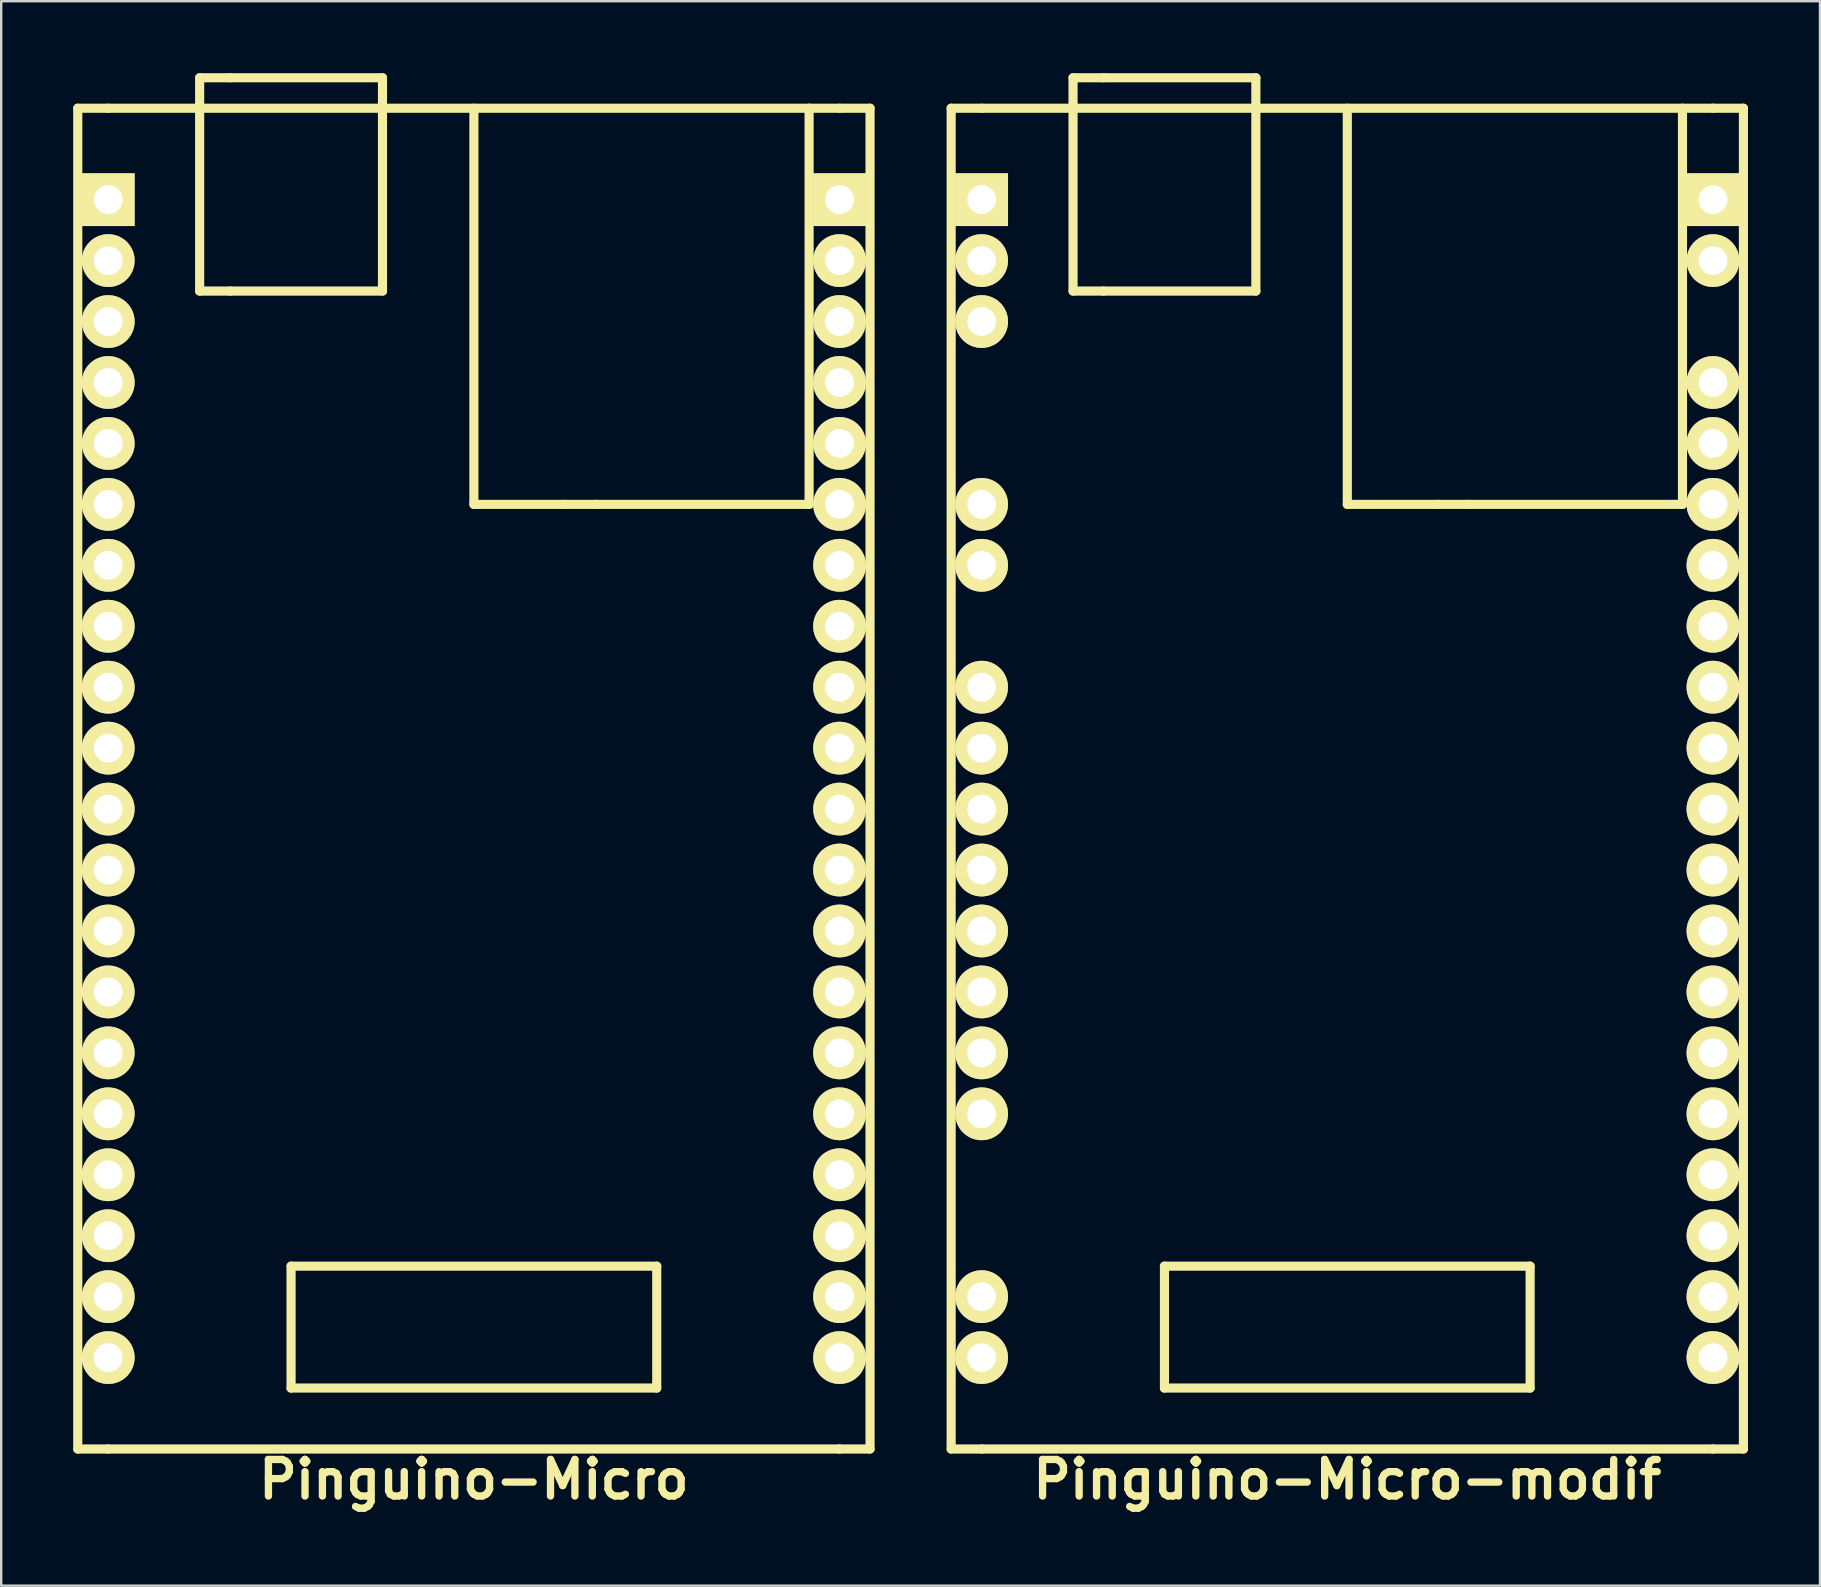
<source format=kicad_pcb>
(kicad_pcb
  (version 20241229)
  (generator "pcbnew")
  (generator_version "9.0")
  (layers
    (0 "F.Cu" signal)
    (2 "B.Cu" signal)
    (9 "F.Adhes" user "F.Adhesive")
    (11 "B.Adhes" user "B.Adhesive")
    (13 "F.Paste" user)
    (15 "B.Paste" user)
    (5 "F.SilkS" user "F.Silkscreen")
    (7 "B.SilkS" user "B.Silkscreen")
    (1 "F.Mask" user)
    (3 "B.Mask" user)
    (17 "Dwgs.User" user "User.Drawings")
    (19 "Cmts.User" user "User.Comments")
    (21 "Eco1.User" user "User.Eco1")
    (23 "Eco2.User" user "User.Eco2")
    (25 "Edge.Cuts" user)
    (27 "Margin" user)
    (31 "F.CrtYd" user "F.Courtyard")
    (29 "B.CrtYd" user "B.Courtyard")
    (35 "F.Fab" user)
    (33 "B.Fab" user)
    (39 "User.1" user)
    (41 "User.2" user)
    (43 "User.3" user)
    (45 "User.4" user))
  (footprint "Pinguino-Micro-modif"
    (layer "F.Cu")
    (at 53.102 29.401)
    (property "Reference" "Pinguino-Micro-modif" (at 0 29.21 0) (layer "F.SilkS") (effects (font (size 1.524 1.524) (thickness 0.305))))
    (attr through_hole)
    (fp_line (start -16.51 -27.94) (end -15.24 -27.94) (stroke (width 0.381) (type solid)) (layer "F.SilkS"))
    (fp_line (start -16.51 27.94) (end -16.51 -27.94) (stroke (width 0.381) (type solid)) (layer "F.SilkS"))
    (fp_line (start -15.24 -27.94) (end 15.24 -27.94) (stroke (width 0.381) (type solid)) (layer "F.SilkS"))
    (fp_line (start -15.24 27.94) (end -16.51 27.94) (stroke (width 0.381) (type solid)) (layer "F.SilkS"))
    (fp_line (start -11.43 -29.21) (end -11.43 -20.32) (stroke (width 0.381) (type solid)) (layer "F.SilkS"))
    (fp_line (start -11.43 -20.32) (end -10.16 -20.32) (stroke (width 0.381) (type solid)) (layer "F.SilkS"))
    (fp_line (start -10.16 -29.21) (end -11.43 -29.21) (stroke (width 0.381) (type solid)) (layer "F.SilkS"))
    (fp_line (start -10.16 -20.32) (end -3.81 -20.32) (stroke (width 0.381) (type solid)) (layer "F.SilkS"))
    (fp_line (start -7.62 20.32) (end -7.62 25.4) (stroke (width 0.381) (type solid)) (layer "F.SilkS"))
    (fp_line (start -7.62 25.4) (end 7.62 25.4) (stroke (width 0.381) (type solid)) (layer "F.SilkS"))
    (fp_line (start -3.81 -29.21) (end -10.16 -29.21) (stroke (width 0.381) (type solid)) (layer "F.SilkS"))
    (fp_line (start -3.81 -20.32) (end -3.81 -29.21) (stroke (width 0.381) (type solid)) (layer "F.SilkS"))
    (fp_line (start 0 -27.94) (end 0 -11.43) (stroke (width 0.381) (type solid)) (layer "F.SilkS"))
    (fp_line (start 0 -11.43) (end 3.81 -11.43) (stroke (width 0.381) (type solid)) (layer "F.SilkS"))
    (fp_line (start 5.08 -11.43) (end 3.81 -11.43) (stroke (width 0.381) (type solid)) (layer "F.SilkS"))
    (fp_line (start 5.08 -11.43) (end 13.97 -11.43) (stroke (width 0.381) (type solid)) (layer "F.SilkS"))
    (fp_line (start 7.62 20.32) (end -7.62 20.32) (stroke (width 0.381) (type solid)) (layer "F.SilkS"))
    (fp_line (start 7.62 25.4) (end 7.62 20.32) (stroke (width 0.381) (type solid)) (layer "F.SilkS"))
    (fp_line (start 13.97 -11.43) (end 13.97 -27.94) (stroke (width 0.381) (type solid)) (layer "F.SilkS"))
    (fp_line (start 15.24 -27.94) (end 16.51 -27.94) (stroke (width 0.381) (type solid)) (layer "F.SilkS"))
    (fp_line (start 15.24 27.94) (end -15.24 27.94) (stroke (width 0.381) (type solid)) (layer "F.SilkS"))
    (fp_line (start 16.51 -27.94) (end 16.51 27.94) (stroke (width 0.381) (type solid)) (layer "F.SilkS"))
    (fp_line (start 16.51 27.94) (end 15.24 27.94) (stroke (width 0.381) (type solid)) (layer "F.SilkS"))
    (pad "1" thru_hole rect (at -15.24 -24.13) (size 2.2 2.2) (drill 1.199) (layers "*.Cu" "*.Mask" "F.SilkS"))
    (pad "2" thru_hole circle (at -15.24 -21.59) (size 2.2 2.2) (drill 1.199) (layers "*.Cu" "*.Mask" "F.SilkS"))
    (pad "3" thru_hole circle (at -15.24 -19.05) (size 2.2 2.2) (drill 1.199) (layers "*.Cu" "*.Mask" "F.SilkS"))
    (pad "6" thru_hole circle (at -15.24 -11.43) (size 2.2 2.2) (drill 1.199) (layers "*.Cu" "*.Mask" "F.SilkS"))
    (pad "7" thru_hole circle (at -15.24 -8.89) (size 2.2 2.2) (drill 1.199) (layers "*.Cu" "*.Mask" "F.SilkS"))
    (pad "9" thru_hole circle (at -15.24 -3.81) (size 2.2 2.2) (drill 1.199) (layers "*.Cu" "*.Mask" "F.SilkS"))
    (pad "10" thru_hole circle (at -15.24 -1.27) (size 2.2 2.2) (drill 1.199) (layers "*.Cu" "*.Mask" "F.SilkS"))
    (pad "11" thru_hole circle (at -15.24 1.27) (size 2.2 2.2) (drill 1.199) (layers "*.Cu" "*.Mask" "F.SilkS"))
    (pad "12" thru_hole circle (at -15.24 3.81) (size 2.2 2.2) (drill 1.199) (layers "*.Cu" "*.Mask" "F.SilkS"))
    (pad "13" thru_hole circle (at -15.24 6.35) (size 2.2 2.2) (drill 1.199) (layers "*.Cu" "*.Mask" "F.SilkS"))
    (pad "14" thru_hole circle (at -15.24 8.89) (size 2.2 2.2) (drill 1.199) (layers "*.Cu" "*.Mask" "F.SilkS"))
    (pad "15" thru_hole circle (at -15.24 11.43) (size 2.2 2.2) (drill 1.199) (layers "*.Cu" "*.Mask" "F.SilkS"))
    (pad "16" thru_hole circle (at -15.24 13.97) (size 2.2 2.2) (drill 1.199) (layers "*.Cu" "*.Mask" "F.SilkS"))
    (pad "19" thru_hole circle (at -15.24 21.59) (size 2.2 2.2) (drill 1.199) (layers "*.Cu" "*.Mask" "F.SilkS"))
    (pad "20" thru_hole circle (at -15.24 24.13) (size 2.2 2.2) (drill 1.199) (layers "*.Cu" "*.Mask" "F.SilkS"))
    (pad "20" thru_hole circle (at 15.24 24.13) (size 2.2 2.2) (drill 1.199) (layers "*.Cu" "*.Mask" "F.SilkS"))
    (pad "21" thru_hole rect (at 15.24 -24.13) (size 2.2 2.2) (drill 1.199) (layers "*.Cu" "*.Mask" "F.SilkS"))
    (pad "22" thru_hole circle (at 15.24 -21.59) (size 2.2 2.2) (drill 1.199) (layers "*.Cu" "*.Mask" "F.SilkS"))
    (pad "24" thru_hole circle (at 15.24 -16.51) (size 2.2 2.2) (drill 1.199) (layers "*.Cu" "*.Mask" "F.SilkS"))
    (pad "25" thru_hole circle (at 15.24 -13.97) (size 2.2 2.2) (drill 1.199) (layers "*.Cu" "*.Mask" "F.SilkS"))
    (pad "26" thru_hole circle (at 15.24 -11.43) (size 2.2 2.2) (drill 1.199) (layers "*.Cu" "*.Mask" "F.SilkS"))
    (pad "27" thru_hole circle (at 15.24 -8.89) (size 2.2 2.2) (drill 1.199) (layers "*.Cu" "*.Mask" "F.SilkS"))
    (pad "28" thru_hole circle (at 15.24 -6.35) (size 2.2 2.2) (drill 1.199) (layers "*.Cu" "*.Mask" "F.SilkS"))
    (pad "29" thru_hole circle (at 15.24 -3.81) (size 2.2 2.2) (drill 1.199) (layers "*.Cu" "*.Mask" "F.SilkS"))
    (pad "30" thru_hole circle (at 15.24 -1.27) (size 2.2 2.2) (drill 1.199) (layers "*.Cu" "*.Mask" "F.SilkS"))
    (pad "31" thru_hole circle (at 15.24 1.27) (size 2.2 2.2) (drill 1.199) (layers "*.Cu" "*.Mask" "F.SilkS"))
    (pad "32" thru_hole circle (at 15.24 3.81) (size 2.2 2.2) (drill 1.199) (layers "*.Cu" "*.Mask" "F.SilkS"))
    (pad "33" thru_hole circle (at 15.24 6.35) (size 2.2 2.2) (drill 1.199) (layers "*.Cu" "*.Mask" "F.SilkS"))
    (pad "34" thru_hole circle (at 15.24 8.89) (size 2.2 2.2) (drill 1.199) (layers "*.Cu" "*.Mask" "F.SilkS"))
    (pad "35" thru_hole circle (at 15.24 11.43) (size 2.2 2.2) (drill 1.199) (layers "*.Cu" "*.Mask" "F.SilkS"))
    (pad "36" thru_hole circle (at 15.24 13.97) (size 2.2 2.2) (drill 1.199) (layers "*.Cu" "*.Mask" "F.SilkS"))
    (pad "37" thru_hole circle (at 15.24 16.51) (size 2.2 2.2) (drill 1.199) (layers "*.Cu" "*.Mask" "F.SilkS"))
    (pad "38" thru_hole circle (at 15.24 19.05) (size 2.2 2.2) (drill 1.199) (layers "*.Cu" "*.Mask" "F.SilkS"))
    (pad "39" thru_hole circle (at 15.24 21.59) (size 2.2 2.2) (drill 1.199) (layers "*.Cu" "*.Mask" "F.SilkS")))
  (footprint "Pinguino-Micro"
    (layer "F.Cu")
    (at 16.701 29.401)
    (property "Reference" "Pinguino-Micro" (at 0 29.21 0) (layer "F.SilkS") (effects (font (size 1.524 1.524) (thickness 0.305))))
    (attr through_hole)
    (fp_line (start -16.51 -27.94) (end -15.24 -27.94) (stroke (width 0.381) (type solid)) (layer "F.SilkS"))
    (fp_line (start -16.51 27.94) (end -16.51 -27.94) (stroke (width 0.381) (type solid)) (layer "F.SilkS"))
    (fp_line (start -15.24 -27.94) (end 15.24 -27.94) (stroke (width 0.381) (type solid)) (layer "F.SilkS"))
    (fp_line (start -15.24 27.94) (end -16.51 27.94) (stroke (width 0.381) (type solid)) (layer "F.SilkS"))
    (fp_line (start -11.43 -29.21) (end -11.43 -20.32) (stroke (width 0.381) (type solid)) (layer "F.SilkS"))
    (fp_line (start -11.43 -20.32) (end -10.16 -20.32) (stroke (width 0.381) (type solid)) (layer "F.SilkS"))
    (fp_line (start -10.16 -29.21) (end -11.43 -29.21) (stroke (width 0.381) (type solid)) (layer "F.SilkS"))
    (fp_line (start -10.16 -20.32) (end -3.81 -20.32) (stroke (width 0.381) (type solid)) (layer "F.SilkS"))
    (fp_line (start -7.62 20.32) (end -7.62 25.4) (stroke (width 0.381) (type solid)) (layer "F.SilkS"))
    (fp_line (start -7.62 25.4) (end 7.62 25.4) (stroke (width 0.381) (type solid)) (layer "F.SilkS"))
    (fp_line (start -3.81 -29.21) (end -10.16 -29.21) (stroke (width 0.381) (type solid)) (layer "F.SilkS"))
    (fp_line (start -3.81 -20.32) (end -3.81 -29.21) (stroke (width 0.381) (type solid)) (layer "F.SilkS"))
    (fp_line (start 0 -27.94) (end 0 -11.43) (stroke (width 0.381) (type solid)) (layer "F.SilkS"))
    (fp_line (start 0 -11.43) (end 3.81 -11.43) (stroke (width 0.381) (type solid)) (layer "F.SilkS"))
    (fp_line (start 5.08 -11.43) (end 3.81 -11.43) (stroke (width 0.381) (type solid)) (layer "F.SilkS"))
    (fp_line (start 5.08 -11.43) (end 13.97 -11.43) (stroke (width 0.381) (type solid)) (layer "F.SilkS"))
    (fp_line (start 7.62 20.32) (end -7.62 20.32) (stroke (width 0.381) (type solid)) (layer "F.SilkS"))
    (fp_line (start 7.62 25.4) (end 7.62 20.32) (stroke (width 0.381) (type solid)) (layer "F.SilkS"))
    (fp_line (start 13.97 -11.43) (end 13.97 -27.94) (stroke (width 0.381) (type solid)) (layer "F.SilkS"))
    (fp_line (start 15.24 -27.94) (end 16.51 -27.94) (stroke (width 0.381) (type solid)) (layer "F.SilkS"))
    (fp_line (start 15.24 27.94) (end -15.24 27.94) (stroke (width 0.381) (type solid)) (layer "F.SilkS"))
    (fp_line (start 16.51 -27.94) (end 16.51 27.94) (stroke (width 0.381) (type solid)) (layer "F.SilkS"))
    (fp_line (start 16.51 27.94) (end 15.24 27.94) (stroke (width 0.381) (type solid)) (layer "F.SilkS"))
    (pad "1" thru_hole rect (at -15.24 -24.13) (size 2.2 2.2) (drill 1.199) (layers "*.Cu" "*.Mask" "F.SilkS"))
    (pad "2" thru_hole circle (at -15.24 -21.59) (size 2.2 2.2) (drill 1.199) (layers "*.Cu" "*.Mask" "F.SilkS"))
    (pad "3" thru_hole circle (at -15.24 -19.05) (size 2.2 2.2) (drill 1.199) (layers "*.Cu" "*.Mask" "F.SilkS"))
    (pad "4" thru_hole circle (at -15.24 -16.51) (size 2.2 2.2) (drill 1.199) (layers "*.Cu" "*.Mask" "F.SilkS"))
    (pad "5" thru_hole circle (at -15.24 -13.97) (size 2.2 2.2) (drill 1.199) (layers "*.Cu" "*.Mask" "F.SilkS"))
    (pad "6" thru_hole circle (at -15.24 -11.43) (size 2.2 2.2) (drill 1.199) (layers "*.Cu" "*.Mask" "F.SilkS"))
    (pad "7" thru_hole circle (at -15.24 -8.89) (size 2.2 2.2) (drill 1.199) (layers "*.Cu" "*.Mask" "F.SilkS"))
    (pad "8" thru_hole circle (at -15.24 -6.35) (size 2.2 2.2) (drill 1.199) (layers "*.Cu" "*.Mask" "F.SilkS"))
    (pad "9" thru_hole circle (at -15.24 -3.81) (size 2.2 2.2) (drill 1.199) (layers "*.Cu" "*.Mask" "F.SilkS"))
    (pad "10" thru_hole circle (at -15.24 -1.27) (size 2.2 2.2) (drill 1.199) (layers "*.Cu" "*.Mask" "F.SilkS"))
    (pad "11" thru_hole circle (at -15.24 1.27) (size 2.2 2.2) (drill 1.199) (layers "*.Cu" "*.Mask" "F.SilkS"))
    (pad "12" thru_hole circle (at -15.24 3.81) (size 2.2 2.2) (drill 1.199) (layers "*.Cu" "*.Mask" "F.SilkS"))
    (pad "13" thru_hole circle (at -15.24 6.35) (size 2.2 2.2) (drill 1.199) (layers "*.Cu" "*.Mask" "F.SilkS"))
    (pad "14" thru_hole circle (at -15.24 8.89) (size 2.2 2.2) (drill 1.199) (layers "*.Cu" "*.Mask" "F.SilkS"))
    (pad "15" thru_hole circle (at -15.24 11.43) (size 2.2 2.2) (drill 1.199) (layers "*.Cu" "*.Mask" "F.SilkS"))
    (pad "16" thru_hole circle (at -15.24 13.97) (size 2.2 2.2) (drill 1.199) (layers "*.Cu" "*.Mask" "F.SilkS"))
    (pad "17" thru_hole circle (at -15.24 16.51) (size 2.2 2.2) (drill 1.199) (layers "*.Cu" "*.Mask" "F.SilkS"))
    (pad "18" thru_hole circle (at -15.24 19.05) (size 2.2 2.2) (drill 1.199) (layers "*.Cu" "*.Mask" "F.SilkS"))
    (pad "19" thru_hole circle (at -15.24 21.59) (size 2.2 2.2) (drill 1.199) (layers "*.Cu" "*.Mask" "F.SilkS"))
    (pad "20" thru_hole circle (at -15.24 24.13) (size 2.2 2.2) (drill 1.199) (layers "*.Cu" "*.Mask" "F.SilkS"))
    (pad "20" thru_hole circle (at 15.24 24.13) (size 2.2 2.2) (drill 1.199) (layers "*.Cu" "*.Mask" "F.SilkS"))
    (pad "21" thru_hole rect (at 15.24 -24.13) (size 2.2 2.2) (drill 1.199) (layers "*.Cu" "*.Mask" "F.SilkS"))
    (pad "22" thru_hole circle (at 15.24 -21.59) (size 2.2 2.2) (drill 1.199) (layers "*.Cu" "*.Mask" "F.SilkS"))
    (pad "23" thru_hole circle (at 15.24 -19.05) (size 2.2 2.2) (drill 1.199) (layers "*.Cu" "*.Mask" "F.SilkS"))
    (pad "24" thru_hole circle (at 15.24 -16.51) (size 2.2 2.2) (drill 1.199) (layers "*.Cu" "*.Mask" "F.SilkS"))
    (pad "25" thru_hole circle (at 15.24 -13.97) (size 2.2 2.2) (drill 1.199) (layers "*.Cu" "*.Mask" "F.SilkS"))
    (pad "26" thru_hole circle (at 15.24 -11.43) (size 2.2 2.2) (drill 1.199) (layers "*.Cu" "*.Mask" "F.SilkS"))
    (pad "27" thru_hole circle (at 15.24 -8.89) (size 2.2 2.2) (drill 1.199) (layers "*.Cu" "*.Mask" "F.SilkS"))
    (pad "28" thru_hole circle (at 15.24 -6.35) (size 2.2 2.2) (drill 1.199) (layers "*.Cu" "*.Mask" "F.SilkS"))
    (pad "29" thru_hole circle (at 15.24 -3.81) (size 2.2 2.2) (drill 1.199) (layers "*.Cu" "*.Mask" "F.SilkS"))
    (pad "30" thru_hole circle (at 15.24 -1.27) (size 2.2 2.2) (drill 1.199) (layers "*.Cu" "*.Mask" "F.SilkS"))
    (pad "31" thru_hole circle (at 15.24 1.27) (size 2.2 2.2) (drill 1.199) (layers "*.Cu" "*.Mask" "F.SilkS"))
    (pad "32" thru_hole circle (at 15.24 3.81) (size 2.2 2.2) (drill 1.199) (layers "*.Cu" "*.Mask" "F.SilkS"))
    (pad "33" thru_hole circle (at 15.24 6.35) (size 2.2 2.2) (drill 1.199) (layers "*.Cu" "*.Mask" "F.SilkS"))
    (pad "34" thru_hole circle (at 15.24 8.89) (size 2.2 2.2) (drill 1.199) (layers "*.Cu" "*.Mask" "F.SilkS"))
    (pad "35" thru_hole circle (at 15.24 11.43) (size 2.2 2.2) (drill 1.199) (layers "*.Cu" "*.Mask" "F.SilkS"))
    (pad "36" thru_hole circle (at 15.24 13.97) (size 2.2 2.2) (drill 1.199) (layers "*.Cu" "*.Mask" "F.SilkS"))
    (pad "37" thru_hole circle (at 15.24 16.51) (size 2.2 2.2) (drill 1.199) (layers "*.Cu" "*.Mask" "F.SilkS"))
    (pad "38" thru_hole circle (at 15.24 19.05) (size 2.2 2.2) (drill 1.199) (layers "*.Cu" "*.Mask" "F.SilkS"))
    (pad "39" thru_hole circle (at 15.24 21.59) (size 2.2 2.2) (drill 1.199) (layers "*.Cu" "*.Mask" "F.SilkS")))
  (gr_rect
    (start -3 -3)
    (end 72.802 63.037)
    (stroke (width 0.1) (type default))
    (fill no)
    (layer "Edge.Cuts")))
</source>
